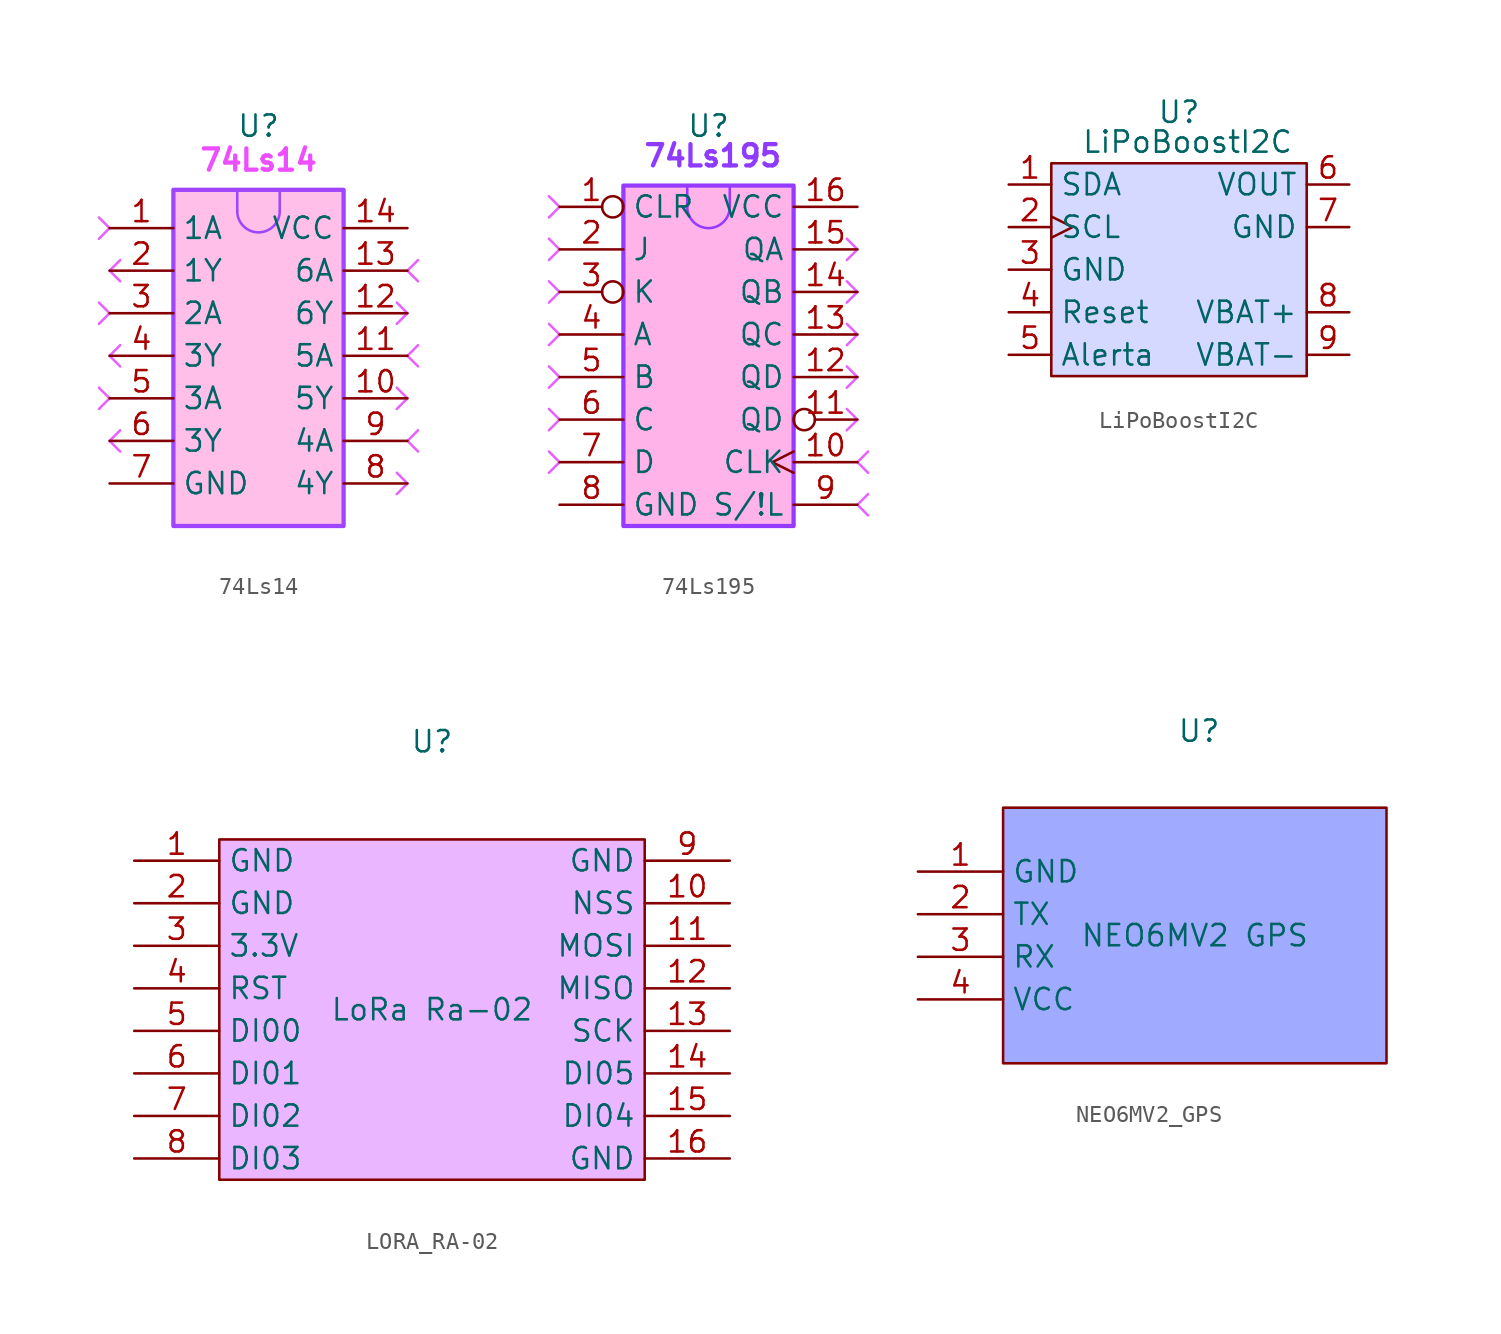
<source format=kicad_sym>
(kicad_symbol_lib
  (version 20241209)
  (generator "kicad_symbol_editor")
  (generator_version "9.0")
  (symbol "74Ls14"
    (property "Reference" "U"
      (at 0 13.716 0)
      (effects (font (size 1.27 1.27))))
    (property "Value" "74Ls14"
      (at 0 11.684 0)
      (effects (font (size 1.27 1.27) (thickness 0.254) (bold yes) (color 237 78 255 1))))
    (property "ki_locked" ""
      (at 0 0 0)
      (effects (font (size 1.27 1.27))))
    (symbol "74Ls14_1_0"
      (pin input line (at -8.89 7.62 0) (length 3.81) (name "1A" (effects (font (size 1.27 1.27)))) (number "1" (effects (font (size 1.27 1.27)))))
      (pin output line (at -8.89 5.08 0) (length 3.81) (name "1Y" (effects (font (size 1.27 1.27)))) (number "2" (effects (font (size 1.27 1.27)))))
      (pin input line (at -8.89 2.54 0) (length 3.81) (name "2A" (effects (font (size 1.27 1.27)))) (number "3" (effects (font (size 1.27 1.27)))))
      (pin output line (at -8.89 0 0) (length 3.81) (name "3Y" (effects (font (size 1.27 1.27)))) (number "4" (effects (font (size 1.27 1.27)))))
      (pin input line (at -8.89 -2.54 0) (length 3.81) (name "3A" (effects (font (size 1.27 1.27)))) (number "5" (effects (font (size 1.27 1.27)))))
      (pin output line (at -8.89 -5.08 0) (length 3.81) (name "3Y" (effects (font (size 1.27 1.27)))) (number "6" (effects (font (size 1.27 1.27)))))
      (pin power_in line (at -8.89 -7.62 0) (length 3.81) (name "GND" (effects (font (size 1.27 1.27)))) (number "7" (effects (font (size 1.27 1.27)))))
      (pin power_in line (at 8.89 7.62 180) (length 3.81) (name "VCC" (effects (font (size 1.27 1.27)))) (number "14" (effects (font (size 1.27 1.27)))))
      (pin input line (at 8.89 5.08 180) (length 3.81) (name "6A" (effects (font (size 1.27 1.27)))) (number "13" (effects (font (size 1.27 1.27)))))
      (pin output line (at 8.89 2.54 180) (length 3.81) (name "6Y" (effects (font (size 1.27 1.27)))) (number "12" (effects (font (size 1.27 1.27)))))
      (pin input line (at 8.89 0 180) (length 3.81) (name "5A" (effects (font (size 1.27 1.27)))) (number "11" (effects (font (size 1.27 1.27)))))
      (pin output line (at 8.89 -2.54 180) (length 3.81) (name "5Y" (effects (font (size 1.27 1.27)))) (number "10" (effects (font (size 1.27 1.27)))))
      (pin input line (at 8.89 -5.08 180) (length 3.81) (name "4A" (effects (font (size 1.27 1.27)))) (number "9" (effects (font (size 1.27 1.27)))))
      (pin output line (at 8.89 -7.62 180) (length 3.81) (name "4Y" (effects (font (size 1.27 1.27)))) (number "8" (effects (font (size 1.27 1.27))))))
    (symbol "74Ls14_1_1"
      (polyline (pts (xy -9.525 8.255) (xy -8.89 7.62) (xy -9.525 6.985)) (stroke (width 0) (type default) (color 231 97 255 1)) (fill (type none)))
      (polyline (pts (xy -9.525 3.175) (xy -8.89 2.54) (xy -9.525 1.905)) (stroke (width 0) (type default) (color 231 97 255 1)) (fill (type none)))
      (polyline (pts (xy -9.525 -1.905) (xy -8.89 -2.54) (xy -9.525 -3.175)) (stroke (width 0) (type default) (color 231 97 255 1)) (fill (type none)))
      (polyline (pts (xy -8.255 5.715) (xy -8.89 5.08) (xy -8.255 4.445)) (stroke (width 0) (type default) (color 231 97 255 1)) (fill (type none)))
      (polyline (pts (xy -8.255 0.635) (xy -8.89 0) (xy -8.255 -0.635)) (stroke (width 0) (type default) (color 231 97 255 1)) (fill (type none)))
      (polyline (pts (xy -8.255 -4.445) (xy -8.89 -5.08) (xy -8.255 -5.715)) (stroke (width 0) (type default) (color 231 97 255 1)) (fill (type none)))
      (rectangle (start -5.08 9.906) (end 5.08 -10.16) (stroke (width 0.254) (type default) (color 159 68 255 1)) (fill (type color) (color 255 191 232 1)))
      (polyline (pts (xy -1.27 8.636) (xy -1.27 9.906) (xy 1.27 9.906) (xy 1.27 8.636)) (stroke (width 0) (type default) (color 159 68 255 1)) (fill (type none)))
      (arc (start 1.27 8.636) (mid 0 7.366) (end -1.27 8.636) (stroke (width 0) (type default) (color 159 68 255 1)) (fill (type none)))
      (polyline (pts (xy 8.255 3.175) (xy 8.89 2.54) (xy 8.255 1.905)) (stroke (width 0) (type default) (color 231 97 255 1)) (fill (type none)))
      (polyline (pts (xy 8.255 -1.905) (xy 8.89 -2.54) (xy 8.255 -3.175)) (stroke (width 0) (type default) (color 231 97 255 1)) (fill (type none)))
      (polyline (pts (xy 8.255 -6.985) (xy 8.89 -7.62) (xy 8.255 -8.255)) (stroke (width 0) (type default) (color 231 97 255 1)) (fill (type none)))
      (polyline (pts (xy 9.525 5.715) (xy 8.89 5.08) (xy 9.525 4.445)) (stroke (width 0) (type default) (color 231 97 255 1)) (fill (type none)))
      (polyline (pts (xy 9.525 0.635) (xy 8.89 0) (xy 9.525 -0.635)) (stroke (width 0) (type default) (color 231 97 255 1)) (fill (type none)))
      (polyline (pts (xy 9.525 -4.445) (xy 8.89 -5.08) (xy 9.525 -5.715)) (stroke (width 0) (type default) (color 231 97 255 1)) (fill (type none)))))
  (symbol "74Ls195"
    (property "Reference" "U"
      (at 0 13.716 0)
      (effects (font (size 1.27 1.27))))
    (property "Value" "74Ls195"
      (at 0.254 11.938 0)
      (effects (font (size 1.27 1.27) (thickness 0.254) (bold yes) (color 142 59 255 1))))
    (symbol "74Ls195_1_0"
      (pin input inverted (at -8.89 8.89 0) (length 3.81) (name "CLR" (effects (font (size 1.27 1.27)))) (number "1" (effects (font (size 1.27 1.27)))))
      (pin input line (at -8.89 6.35 0) (length 3.81) (name "J" (effects (font (size 1.27 1.27)))) (number "2" (effects (font (size 1.27 1.27)))))
      (pin input inverted (at -8.89 3.81 0) (length 3.81) (name "K" (effects (font (size 1.27 1.27)))) (number "3" (effects (font (size 1.27 1.27)))))
      (pin input line (at -8.89 1.27 0) (length 3.81) (name "A" (effects (font (size 1.27 1.27)))) (number "4" (effects (font (size 1.27 1.27)))))
      (pin input line (at -8.89 -1.27 0) (length 3.81) (name "B" (effects (font (size 1.27 1.27)))) (number "5" (effects (font (size 1.27 1.27)))))
      (pin input line (at -8.89 -3.81 0) (length 3.81) (name "C" (effects (font (size 1.27 1.27)))) (number "6" (effects (font (size 1.27 1.27)))))
      (pin input line (at -8.89 -6.35 0) (length 3.81) (name "D" (effects (font (size 1.27 1.27)))) (number "7" (effects (font (size 1.27 1.27)))))
      (pin power_in line (at -8.89 -8.89 0) (length 3.81) (name "GND" (effects (font (size 1.27 1.27)))) (number "8" (effects (font (size 1.27 1.27)))))
      (pin power_in line (at 8.89 8.89 180) (length 3.81) (name "VCC" (effects (font (size 1.27 1.27)))) (number "16" (effects (font (size 1.27 1.27)))))
      (pin output line (at 8.89 6.35 180) (length 3.81) (name "QA" (effects (font (size 1.27 1.27)))) (number "15" (effects (font (size 1.27 1.27)))))
      (pin output line (at 8.89 3.81 180) (length 3.81) (name "QB" (effects (font (size 1.27 1.27)))) (number "14" (effects (font (size 1.27 1.27)))))
      (pin output line (at 8.89 1.27 180) (length 3.81) (name "QC" (effects (font (size 1.27 1.27)))) (number "13" (effects (font (size 1.27 1.27)))))
      (pin output line (at 8.89 -1.27 180) (length 3.81) (name "QD" (effects (font (size 1.27 1.27)))) (number "12" (effects (font (size 1.27 1.27)))))
      (pin output inverted (at 8.89 -3.81 180) (length 3.81) (name "QD" (effects (font (size 1.27 1.27)))) (number "11" (effects (font (size 1.27 1.27)))))
      (pin input clock (at 8.89 -6.35 180) (length 3.81) (name "CLK" (effects (font (size 1.27 1.27)))) (number "10" (effects (font (size 1.27 1.27)))))
      (pin input line (at 8.89 -8.89 180) (length 3.81) (name "S/!L" (effects (font (size 1.27 1.27)))) (number "9" (effects (font (size 1.27 1.27))))))
    (symbol "74Ls195_1_1"
      (polyline (pts (xy -9.525 9.525) (xy -8.89 8.89) (xy -9.525 8.255)) (stroke (width 0) (type default) (color 231 97 255 1)) (fill (type none)))
      (polyline (pts (xy -9.525 6.985) (xy -8.89 6.35) (xy -9.525 5.715)) (stroke (width 0) (type default) (color 231 97 255 1)) (fill (type none)))
      (polyline (pts (xy -9.525 4.445) (xy -8.89 3.81) (xy -9.525 3.175)) (stroke (width 0) (type default) (color 231 97 255 1)) (fill (type none)))
      (polyline (pts (xy -9.525 1.905) (xy -8.89 1.27) (xy -9.525 0.635)) (stroke (width 0) (type default) (color 231 97 255 1)) (fill (type none)))
      (polyline (pts (xy -9.525 -0.635) (xy -8.89 -1.27) (xy -9.525 -1.905)) (stroke (width 0) (type default) (color 231 97 255 1)) (fill (type none)))
      (polyline (pts (xy -9.525 -3.175) (xy -8.89 -3.81) (xy -9.525 -4.445)) (stroke (width 0) (type default) (color 231 97 255 1)) (fill (type none)))
      (polyline (pts (xy -9.525 -5.715) (xy -8.89 -6.35) (xy -9.525 -6.985)) (stroke (width 0) (type default) (color 231 97 255 1)) (fill (type none)))
      (rectangle (start -5.08 10.16) (end 5.08 -10.16) (stroke (width 0.254) (type default) (color 151 58 255 1)) (fill (type color) (color 255 179 233 1)))
      (polyline (pts (xy -1.27 8.89) (xy -1.27 10.16) (xy 1.27 10.16) (xy 1.27 8.89)) (stroke (width 0) (type default) (color 151 58 255 1)) (fill (type none)))
      (arc (start 1.27 8.89) (mid 0 7.62) (end -1.27 8.89) (stroke (width 0) (type default) (color 151 58 255 1)) (fill (type none)))
      (polyline (pts (xy 8.255 6.985) (xy 8.89 6.35) (xy 8.255 5.715)) (stroke (width 0) (type default) (color 231 97 255 1)) (fill (type none)))
      (polyline (pts (xy 8.255 4.445) (xy 8.89 3.81) (xy 8.255 3.175)) (stroke (width 0) (type default) (color 231 97 255 1)) (fill (type none)))
      (polyline (pts (xy 8.255 1.905) (xy 8.89 1.27) (xy 8.255 0.635)) (stroke (width 0) (type default) (color 231 97 255 1)) (fill (type none)))
      (polyline (pts (xy 8.255 -0.635) (xy 8.89 -1.27) (xy 8.255 -1.905)) (stroke (width 0) (type default) (color 231 97 255 1)) (fill (type none)))
      (polyline (pts (xy 8.255 -3.175) (xy 8.89 -3.81) (xy 8.255 -4.445)) (stroke (width 0) (type default) (color 231 97 255 1)) (fill (type none)))
      (polyline (pts (xy 9.525 -5.715) (xy 8.89 -6.35) (xy 9.525 -6.985)) (stroke (width 0) (type default) (color 231 97 255 1)) (fill (type none)))
      (polyline (pts (xy 9.525 -8.255) (xy 8.89 -8.89) (xy 9.525 -9.525)) (stroke (width 0) (type default) (color 231 97 255 1)) (fill (type none)))))
  (symbol "LiPoBoostI2C"
    (property "Reference" "U"
      (at 0 9.398 0)
      (effects (font (size 1.27 1.27))))
    (property "Value" "LiPoBoostI2C"
      (at 0.508 7.62 0)
      (effects (font (size 1.27 1.27))))
    (symbol "LiPoBoostI2C_0_1"
      (rectangle (start -7.62 6.35) (end 7.62 -6.35) (stroke (width 0) (type default)) (fill (type color) (color 214 217 255 1))))
    (symbol "LiPoBoostI2C_1_1"
      (pin bidirectional line (at -10.16 5.08 0) (length 2.54) (name "SDA" (effects (font (size 1.27 1.27)))) (number "1" (effects (font (size 1.27 1.27)))))
      (pin bidirectional clock (at -10.16 2.54 0) (length 2.54) (name "SCL" (effects (font (size 1.27 1.27)))) (number "2" (effects (font (size 1.27 1.27)))))
      (pin power_in line (at -10.16 0 0) (length 2.54) (name "GND" (effects (font (size 1.27 1.27)))) (number "3" (effects (font (size 1.27 1.27)))))
      (pin input line (at -10.16 -2.54 0) (length 2.54) (name "Reset" (effects (font (size 1.27 1.27)))) (number "4" (effects (font (size 1.27 1.27)))))
      (pin open_collector line (at -10.16 -5.08 0) (length 2.54) (name "Alerta" (effects (font (size 1.27 1.27)))) (number "5" (effects (font (size 1.27 1.27)))))
      (pin power_out line (at 10.16 5.08 180) (length 2.54) (name "VOUT" (effects (font (size 1.27 1.27)))) (number "6" (effects (font (size 1.27 1.27)))))
      (pin power_in line (at 10.16 2.54 180) (length 2.54) (name "GND" (effects (font (size 1.27 1.27)))) (number "7" (effects (font (size 1.27 1.27)))))
      (pin power_out line (at 10.16 -2.54 180) (length 2.54) (name "VBAT+" (effects (font (size 1.27 1.27)))) (number "8" (effects (font (size 1.27 1.27)))))
      (pin power_in line (at 10.16 -5.08 180) (length 2.54) (name "VBAT-" (effects (font (size 1.27 1.27)))) (number "9" (effects (font (size 1.27 1.27)))))))
  (symbol "LORA_RA-02"
    (property "Reference" "U"
      (at 0 16.002 0)
      (effects (font (size 1.27 1.27))))
    (property "Value" "LoRa Ra-02"
      (at 0 0 0)
      (effects (font (size 1.27 1.27))))
    (symbol "LORA_RA-02_0_1"
      (rectangle (start -12.7 10.16) (end 12.7 -10.16) (stroke (width 0) (type default)) (fill (type color) (color 234 182 255 1))))
    (symbol "LORA_RA-02_1_1"
      (pin power_in line (at -17.78 8.89 0) (length 5.08) (name "GND" (effects (font (size 1.27 1.27)))) (number "1" (effects (font (size 1.27 1.27)))))
      (pin power_in line (at -17.78 6.35 0) (length 5.08) (name "GND" (effects (font (size 1.27 1.27)))) (number "2" (effects (font (size 1.27 1.27)))))
      (pin power_in line (at -17.78 3.81 0) (length 5.08) (name "3.3V" (effects (font (size 1.27 1.27)))) (number "3" (effects (font (size 1.27 1.27)))))
      (pin power_in line (at -17.78 1.27 0) (length 5.08) (name "RST" (effects (font (size 1.27 1.27)))) (number "4" (effects (font (size 1.27 1.27)))))
      (pin power_in line (at -17.78 -1.27 0) (length 5.08) (name "DI00" (effects (font (size 1.27 1.27)))) (number "5" (effects (font (size 1.27 1.27)))))
      (pin power_in line (at -17.78 -3.81 0) (length 5.08) (name "DI01" (effects (font (size 1.27 1.27)))) (number "6" (effects (font (size 1.27 1.27)))))
      (pin power_in line (at -17.78 -6.35 0) (length 5.08) (name "DI02" (effects (font (size 1.27 1.27)))) (number "7" (effects (font (size 1.27 1.27)))))
      (pin power_in line (at -17.78 -8.89 0) (length 5.08) (name "DI03" (effects (font (size 1.27 1.27)))) (number "8" (effects (font (size 1.27 1.27)))))
      (pin power_in line (at 17.78 8.89 180) (length 5.08) (name "GND" (effects (font (size 1.27 1.27)))) (number "9" (effects (font (size 1.27 1.27)))))
      (pin bidirectional line (at 17.78 6.35 180) (length 5.08) (name "NSS" (effects (font (size 1.27 1.27)))) (number "10" (effects (font (size 1.27 1.27)))))
      (pin bidirectional line (at 17.78 3.81 180) (length 5.08) (name "MOSI" (effects (font (size 1.27 1.27)))) (number "11" (effects (font (size 1.27 1.27)))))
      (pin bidirectional line (at 17.78 1.27 180) (length 5.08) (name "MISO" (effects (font (size 1.27 1.27)))) (number "12" (effects (font (size 1.27 1.27)))))
      (pin bidirectional line (at 17.78 -1.27 180) (length 5.08) (name "SCK" (effects (font (size 1.27 1.27)))) (number "13" (effects (font (size 1.27 1.27)))))
      (pin bidirectional line (at 17.78 -3.81 180) (length 5.08) (name "DI05" (effects (font (size 1.27 1.27)))) (number "14" (effects (font (size 1.27 1.27)))))
      (pin bidirectional line (at 17.78 -6.35 180) (length 5.08) (name "DI04" (effects (font (size 1.27 1.27)))) (number "15" (effects (font (size 1.27 1.27)))))
      (pin bidirectional line (at 17.78 -8.89 180) (length 5.08) (name "GND" (effects (font (size 1.27 1.27)))) (number "16" (effects (font (size 1.27 1.27)))))))
  (symbol "NEO6MV2_GPS"
    (property "Reference" "U"
      (at 0.254 12.192 0)
      (effects (font (size 1.27 1.27))))
    (property "Value" "NEO6MV2 GPS"
      (at 0 0 0)
      (effects (font (size 1.27 1.27))))
    (symbol "NEO6MV2_GPS_0_1"
      (rectangle (start -11.43 7.62) (end 11.43 -7.62) (stroke (width 0) (type default)) (fill (type color) (color 160 171 255 1))))
    (symbol "NEO6MV2_GPS_1_1"
      (pin power_in line (at -16.51 3.81 0) (length 5.08) (name "GND" (effects (font (size 1.27 1.27)))) (number "1" (effects (font (size 1.27 1.27)))))
      (pin bidirectional line (at -16.51 1.27 0) (length 5.08) (name "TX" (effects (font (size 1.27 1.27)))) (number "2" (effects (font (size 1.27 1.27)))))
      (pin bidirectional line (at -16.51 -1.27 0) (length 5.08) (name "RX" (effects (font (size 1.27 1.27)))) (number "3" (effects (font (size 1.27 1.27)))))
      (pin power_in line (at -16.51 -3.81 0) (length 5.08) (name "VCC" (effects (font (size 1.27 1.27)))) (number "4" (effects (font (size 1.27 1.27))))))))
</source>
